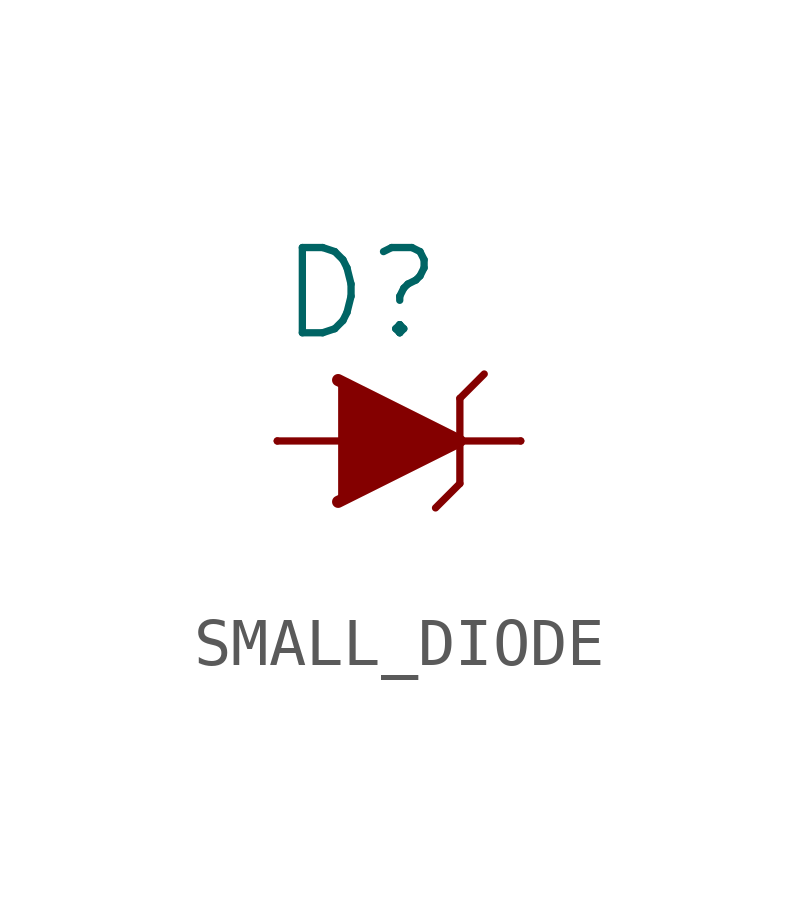
<source format=kicad_sym>
(kicad_symbol_lib
  (version 20220914)
  (generator kicad_symbol_editor)
  (symbol "SMALL_DIODE"
    (property "Reference" "D"
      (at -2.54 2.032 0)
      (effects (font (size 1.778 1.778)) (justify left bottom)))
    (property "Value" ""
      (at -2.54 -2.032 0)
      (effects (font (size 1.778 1.778)) (justify left top)))
    (property "ki_locked" ""
      (at 0 0 0)
      (effects (font (size 1.27 1.27))))
    (symbol "SMALL_DIODE_1_0"
      (polyline (pts (xy -2.54 0) (xy -1.27 0)) (stroke (width 0.152) (type solid)) (fill (type none)))
      (polyline (pts (xy 1.27 -0.889) (xy 0.762 -1.397)) (stroke (width 0.152) (type solid)) (fill (type none)))
      (polyline (pts (xy 1.27 0) (xy 1.27 -0.889)) (stroke (width 0.152) (type solid)) (fill (type none)))
      (polyline (pts (xy 1.27 0.889) (xy 1.27 0)) (stroke (width 0.152) (type solid)) (fill (type none)))
      (polyline (pts (xy 1.27 0.889) (xy 1.778 1.397)) (stroke (width 0.152) (type solid)) (fill (type none)))
      (polyline (pts (xy 2.54 0) (xy 1.27 0)) (stroke (width 0.152) (type solid)) (fill (type none)))
      (polyline (pts (xy -1.27 1.27) (xy 1.27 0) (xy -1.27 -1.27)) (stroke (width 0.254) (type solid)) (fill (type outline)))
      (pin passive line (at -2.54 0 0) (length 0) (name "A" (effects (font (size 0 0)))) (number "A" (effects (font (size 0 0)))))
      (pin passive line (at 2.54 0 180) (length 0) (name "C" (effects (font (size 0 0)))) (number "C" (effects (font (size 0 0))))))))
</source>
